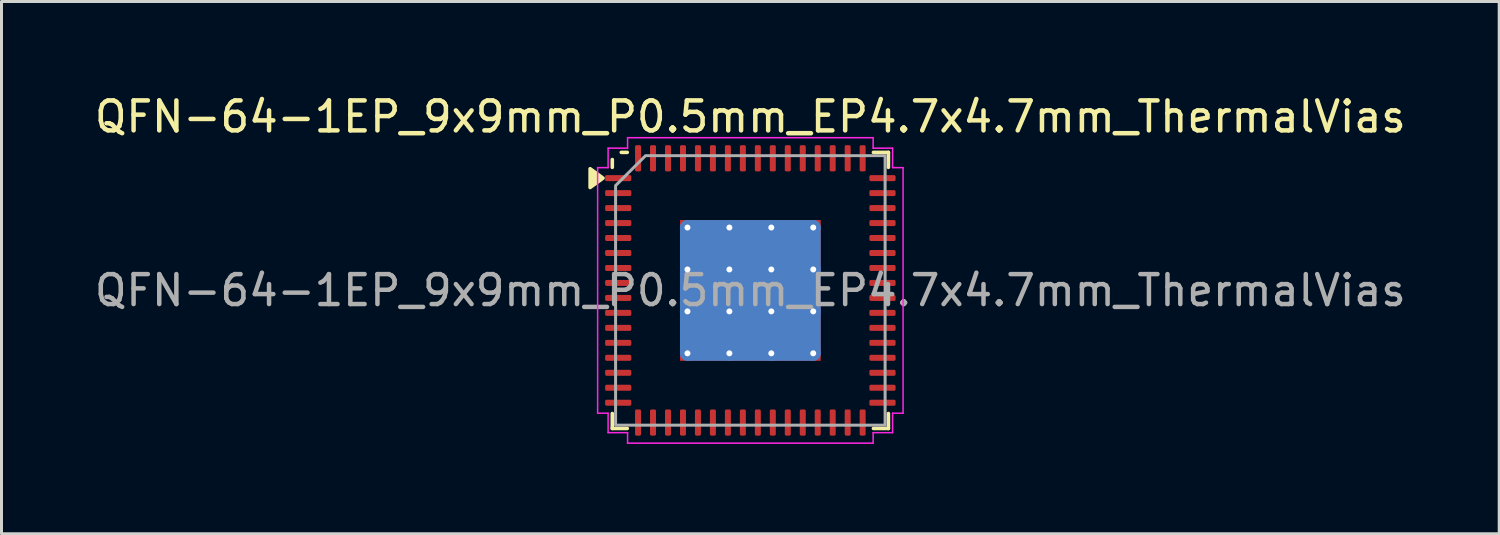
<source format=kicad_pcb>
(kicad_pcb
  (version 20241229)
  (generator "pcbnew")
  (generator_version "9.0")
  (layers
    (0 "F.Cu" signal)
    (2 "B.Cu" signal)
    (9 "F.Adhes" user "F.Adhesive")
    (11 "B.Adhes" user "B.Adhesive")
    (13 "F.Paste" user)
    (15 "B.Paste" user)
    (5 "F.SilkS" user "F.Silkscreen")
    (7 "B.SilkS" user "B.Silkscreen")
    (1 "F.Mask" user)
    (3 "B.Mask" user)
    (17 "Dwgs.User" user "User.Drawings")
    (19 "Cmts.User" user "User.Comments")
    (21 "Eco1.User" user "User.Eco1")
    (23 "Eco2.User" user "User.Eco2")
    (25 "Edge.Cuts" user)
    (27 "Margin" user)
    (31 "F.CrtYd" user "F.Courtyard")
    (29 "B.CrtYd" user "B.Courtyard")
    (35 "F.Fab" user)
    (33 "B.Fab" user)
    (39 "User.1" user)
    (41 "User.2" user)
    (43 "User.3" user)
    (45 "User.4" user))
  (footprint "QFN-64-1EP_9x9mm_P0.5mm_EP4.7x4.7mm_ThermalVias"
    (layer "F.Cu")
    (at 22.006 6.648)
    (property "Reference" "QFN-64-1EP_9x9mm_P0.5mm_EP4.7x4.7mm_ThermalVias" (at 0 -5.8 0) (layer "F.SilkS") (effects (font (size 1 1) (thickness 0.15))))
    (attr smd)
    (fp_line (start -4.61 -4.11) (end -4.61 -4.37) (stroke (width 0.12) (type solid)) (layer "F.SilkS"))
    (fp_line (start -4.61 4.61) (end -4.61 4.11) (stroke (width 0.12) (type solid)) (layer "F.SilkS"))
    (fp_line (start -4.11 -4.61) (end -4.31 -4.61) (stroke (width 0.12) (type solid)) (layer "F.SilkS"))
    (fp_line (start -4.11 4.61) (end -4.61 4.61) (stroke (width 0.12) (type solid)) (layer "F.SilkS"))
    (fp_line (start 4.11 -4.61) (end 4.61 -4.61) (stroke (width 0.12) (type solid)) (layer "F.SilkS"))
    (fp_line (start 4.11 4.61) (end 4.61 4.61) (stroke (width 0.12) (type solid)) (layer "F.SilkS"))
    (fp_line (start 4.61 -4.61) (end 4.61 -4.11) (stroke (width 0.12) (type solid)) (layer "F.SilkS"))
    (fp_line (start 4.61 4.61) (end 4.61 4.11) (stroke (width 0.12) (type solid)) (layer "F.SilkS"))
    (fp_poly (pts (xy -4.92 -3.75) (xy -5.35 -3.437) (xy -5.35 -4.063)) (stroke (width 0.12) (type solid)) (fill yes) (layer "F.SilkS"))
    (fp_line (start -5.1 -4.1) (end -4.75 -4.1) (stroke (width 0.05) (type solid)) (layer "F.CrtYd"))
    (fp_line (start -5.1 4.1) (end -5.1 -4.1) (stroke (width 0.05) (type solid)) (layer "F.CrtYd"))
    (fp_line (start -4.75 -4.75) (end -4.1 -4.75) (stroke (width 0.05) (type solid)) (layer "F.CrtYd"))
    (fp_line (start -4.75 -4.1) (end -4.75 -4.75) (stroke (width 0.05) (type solid)) (layer "F.CrtYd"))
    (fp_line (start -4.75 4.1) (end -5.1 4.1) (stroke (width 0.05) (type solid)) (layer "F.CrtYd"))
    (fp_line (start -4.75 4.75) (end -4.75 4.1) (stroke (width 0.05) (type solid)) (layer "F.CrtYd"))
    (fp_line (start -4.1 -5.1) (end 4.1 -5.1) (stroke (width 0.05) (type solid)) (layer "F.CrtYd"))
    (fp_line (start -4.1 -4.75) (end -4.1 -5.1) (stroke (width 0.05) (type solid)) (layer "F.CrtYd"))
    (fp_line (start -4.1 4.75) (end -4.75 4.75) (stroke (width 0.05) (type solid)) (layer "F.CrtYd"))
    (fp_line (start -4.1 5.1) (end -4.1 4.75) (stroke (width 0.05) (type solid)) (layer "F.CrtYd"))
    (fp_line (start 4.1 -5.1) (end 4.1 -4.75) (stroke (width 0.05) (type solid)) (layer "F.CrtYd"))
    (fp_line (start 4.1 -4.75) (end 4.75 -4.75) (stroke (width 0.05) (type solid)) (layer "F.CrtYd"))
    (fp_line (start 4.1 4.75) (end 4.1 5.1) (stroke (width 0.05) (type solid)) (layer "F.CrtYd"))
    (fp_line (start 4.1 5.1) (end -4.1 5.1) (stroke (width 0.05) (type solid)) (layer "F.CrtYd"))
    (fp_line (start 4.75 -4.75) (end 4.75 -4.1) (stroke (width 0.05) (type solid)) (layer "F.CrtYd"))
    (fp_line (start 4.75 -4.1) (end 5.1 -4.1) (stroke (width 0.05) (type solid)) (layer "F.CrtYd"))
    (fp_line (start 4.75 4.1) (end 4.75 4.75) (stroke (width 0.05) (type solid)) (layer "F.CrtYd"))
    (fp_line (start 4.75 4.75) (end 4.1 4.75) (stroke (width 0.05) (type solid)) (layer "F.CrtYd"))
    (fp_line (start 5.1 -4.1) (end 5.1 4.1) (stroke (width 0.05) (type solid)) (layer "F.CrtYd"))
    (fp_line (start 5.1 4.1) (end 4.75 4.1) (stroke (width 0.05) (type solid)) (layer "F.CrtYd"))
    (fp_poly (pts (xy -4.5 -3.5) (xy -4.5 4.5) (xy 4.5 4.5) (xy 4.5 -4.5) (xy -3.5 -4.5)) (stroke (width 0.1) (type solid)) (fill no) (layer "F.Fab"))
    (fp_text user "${REFERENCE}" (at 0 0 0) (layer "F.Fab") (effects (font (size 1 1) (thickness 0.15))))
    (pad "" smd roundrect (at -1.57 -1.57) (size 1.26 1.26) (layers "F.Paste") (roundrect_rratio 0.198))
    (pad "" smd roundrect (at -1.57 0) (size 1.26 1.26) (layers "F.Paste") (roundrect_rratio 0.198))
    (pad "" smd roundrect (at -1.57 1.57) (size 1.26 1.26) (layers "F.Paste") (roundrect_rratio 0.198))
    (pad "" smd roundrect (at 0 -1.57) (size 1.26 1.26) (layers "F.Paste") (roundrect_rratio 0.198))
    (pad "" smd roundrect (at 0 0) (size 1.26 1.26) (layers "F.Paste") (roundrect_rratio 0.198))
    (pad "" smd roundrect (at 0 1.57) (size 1.26 1.26) (layers "F.Paste") (roundrect_rratio 0.198))
    (pad "" smd roundrect (at 1.57 -1.57) (size 1.26 1.26) (layers "F.Paste") (roundrect_rratio 0.198))
    (pad "" smd roundrect (at 1.57 0) (size 1.26 1.26) (layers "F.Paste") (roundrect_rratio 0.198))
    (pad "" smd roundrect (at 1.57 1.57) (size 1.26 1.26) (layers "F.Paste") (roundrect_rratio 0.198))
    (pad "1" smd roundrect (at -4.412 -3.75) (size 0.875 0.2) (layers "F.Cu" "F.Mask" "F.Paste") (roundrect_rratio 0.25))
    (pad "2" smd roundrect (at -4.412 -3.25) (size 0.875 0.2) (layers "F.Cu" "F.Mask" "F.Paste") (roundrect_rratio 0.25))
    (pad "3" smd roundrect (at -4.412 -2.75) (size 0.875 0.2) (layers "F.Cu" "F.Mask" "F.Paste") (roundrect_rratio 0.25))
    (pad "4" smd roundrect (at -4.412 -2.25) (size 0.875 0.2) (layers "F.Cu" "F.Mask" "F.Paste") (roundrect_rratio 0.25))
    (pad "5" smd roundrect (at -4.412 -1.75) (size 0.875 0.2) (layers "F.Cu" "F.Mask" "F.Paste") (roundrect_rratio 0.25))
    (pad "6" smd roundrect (at -4.412 -1.25) (size 0.875 0.2) (layers "F.Cu" "F.Mask" "F.Paste") (roundrect_rratio 0.25))
    (pad "7" smd roundrect (at -4.412 -0.75) (size 0.875 0.2) (layers "F.Cu" "F.Mask" "F.Paste") (roundrect_rratio 0.25))
    (pad "8" smd roundrect (at -4.412 -0.25) (size 0.875 0.2) (layers "F.Cu" "F.Mask" "F.Paste") (roundrect_rratio 0.25))
    (pad "9" smd roundrect (at -4.412 0.25) (size 0.875 0.2) (layers "F.Cu" "F.Mask" "F.Paste") (roundrect_rratio 0.25))
    (pad "10" smd roundrect (at -4.412 0.75) (size 0.875 0.2) (layers "F.Cu" "F.Mask" "F.Paste") (roundrect_rratio 0.25))
    (pad "11" smd roundrect (at -4.412 1.25) (size 0.875 0.2) (layers "F.Cu" "F.Mask" "F.Paste") (roundrect_rratio 0.25))
    (pad "12" smd roundrect (at -4.412 1.75) (size 0.875 0.2) (layers "F.Cu" "F.Mask" "F.Paste") (roundrect_rratio 0.25))
    (pad "13" smd roundrect (at -4.412 2.25) (size 0.875 0.2) (layers "F.Cu" "F.Mask" "F.Paste") (roundrect_rratio 0.25))
    (pad "14" smd roundrect (at -4.412 2.75) (size 0.875 0.2) (layers "F.Cu" "F.Mask" "F.Paste") (roundrect_rratio 0.25))
    (pad "15" smd roundrect (at -4.412 3.25) (size 0.875 0.2) (layers "F.Cu" "F.Mask" "F.Paste") (roundrect_rratio 0.25))
    (pad "16" smd roundrect (at -4.412 3.75) (size 0.875 0.2) (layers "F.Cu" "F.Mask" "F.Paste") (roundrect_rratio 0.25))
    (pad "17" smd roundrect (at -3.75 4.412) (size 0.2 0.875) (layers "F.Cu" "F.Mask" "F.Paste") (roundrect_rratio 0.25))
    (pad "18" smd roundrect (at -3.25 4.412) (size 0.2 0.875) (layers "F.Cu" "F.Mask" "F.Paste") (roundrect_rratio 0.25))
    (pad "19" smd roundrect (at -2.75 4.412) (size 0.2 0.875) (layers "F.Cu" "F.Mask" "F.Paste") (roundrect_rratio 0.25))
    (pad "20" smd roundrect (at -2.25 4.412) (size 0.2 0.875) (layers "F.Cu" "F.Mask" "F.Paste") (roundrect_rratio 0.25))
    (pad "21" smd roundrect (at -1.75 4.412) (size 0.2 0.875) (layers "F.Cu" "F.Mask" "F.Paste") (roundrect_rratio 0.25))
    (pad "22" smd roundrect (at -1.25 4.412) (size 0.2 0.875) (layers "F.Cu" "F.Mask" "F.Paste") (roundrect_rratio 0.25))
    (pad "23" smd roundrect (at -0.75 4.412) (size 0.2 0.875) (layers "F.Cu" "F.Mask" "F.Paste") (roundrect_rratio 0.25))
    (pad "24" smd roundrect (at -0.25 4.412) (size 0.2 0.875) (layers "F.Cu" "F.Mask" "F.Paste") (roundrect_rratio 0.25))
    (pad "25" smd roundrect (at 0.25 4.412) (size 0.2 0.875) (layers "F.Cu" "F.Mask" "F.Paste") (roundrect_rratio 0.25))
    (pad "26" smd roundrect (at 0.75 4.412) (size 0.2 0.875) (layers "F.Cu" "F.Mask" "F.Paste") (roundrect_rratio 0.25))
    (pad "27" smd roundrect (at 1.25 4.412) (size 0.2 0.875) (layers "F.Cu" "F.Mask" "F.Paste") (roundrect_rratio 0.25))
    (pad "28" smd roundrect (at 1.75 4.412) (size 0.2 0.875) (layers "F.Cu" "F.Mask" "F.Paste") (roundrect_rratio 0.25))
    (pad "29" smd roundrect (at 2.25 4.412) (size 0.2 0.875) (layers "F.Cu" "F.Mask" "F.Paste") (roundrect_rratio 0.25))
    (pad "30" smd roundrect (at 2.75 4.412) (size 0.2 0.875) (layers "F.Cu" "F.Mask" "F.Paste") (roundrect_rratio 0.25))
    (pad "31" smd roundrect (at 3.25 4.412) (size 0.2 0.875) (layers "F.Cu" "F.Mask" "F.Paste") (roundrect_rratio 0.25))
    (pad "32" smd roundrect (at 3.75 4.412) (size 0.2 0.875) (layers "F.Cu" "F.Mask" "F.Paste") (roundrect_rratio 0.25))
    (pad "33" smd roundrect (at 4.412 3.75) (size 0.875 0.2) (layers "F.Cu" "F.Mask" "F.Paste") (roundrect_rratio 0.25))
    (pad "34" smd roundrect (at 4.412 3.25) (size 0.875 0.2) (layers "F.Cu" "F.Mask" "F.Paste") (roundrect_rratio 0.25))
    (pad "35" smd roundrect (at 4.412 2.75) (size 0.875 0.2) (layers "F.Cu" "F.Mask" "F.Paste") (roundrect_rratio 0.25))
    (pad "36" smd roundrect (at 4.412 2.25) (size 0.875 0.2) (layers "F.Cu" "F.Mask" "F.Paste") (roundrect_rratio 0.25))
    (pad "37" smd roundrect (at 4.412 1.75) (size 0.875 0.2) (layers "F.Cu" "F.Mask" "F.Paste") (roundrect_rratio 0.25))
    (pad "38" smd roundrect (at 4.412 1.25) (size 0.875 0.2) (layers "F.Cu" "F.Mask" "F.Paste") (roundrect_rratio 0.25))
    (pad "39" smd roundrect (at 4.412 0.75) (size 0.875 0.2) (layers "F.Cu" "F.Mask" "F.Paste") (roundrect_rratio 0.25))
    (pad "40" smd roundrect (at 4.412 0.25) (size 0.875 0.2) (layers "F.Cu" "F.Mask" "F.Paste") (roundrect_rratio 0.25))
    (pad "41" smd roundrect (at 4.412 -0.25) (size 0.875 0.2) (layers "F.Cu" "F.Mask" "F.Paste") (roundrect_rratio 0.25))
    (pad "42" smd roundrect (at 4.412 -0.75) (size 0.875 0.2) (layers "F.Cu" "F.Mask" "F.Paste") (roundrect_rratio 0.25))
    (pad "43" smd roundrect (at 4.412 -1.25) (size 0.875 0.2) (layers "F.Cu" "F.Mask" "F.Paste") (roundrect_rratio 0.25))
    (pad "44" smd roundrect (at 4.412 -1.75) (size 0.875 0.2) (layers "F.Cu" "F.Mask" "F.Paste") (roundrect_rratio 0.25))
    (pad "45" smd roundrect (at 4.412 -2.25) (size 0.875 0.2) (layers "F.Cu" "F.Mask" "F.Paste") (roundrect_rratio 0.25))
    (pad "46" smd roundrect (at 4.412 -2.75) (size 0.875 0.2) (layers "F.Cu" "F.Mask" "F.Paste") (roundrect_rratio 0.25))
    (pad "47" smd roundrect (at 4.412 -3.25) (size 0.875 0.2) (layers "F.Cu" "F.Mask" "F.Paste") (roundrect_rratio 0.25))
    (pad "48" smd roundrect (at 4.412 -3.75) (size 0.875 0.2) (layers "F.Cu" "F.Mask" "F.Paste") (roundrect_rratio 0.25))
    (pad "49" smd roundrect (at 3.75 -4.412) (size 0.2 0.875) (layers "F.Cu" "F.Mask" "F.Paste") (roundrect_rratio 0.25))
    (pad "50" smd roundrect (at 3.25 -4.412) (size 0.2 0.875) (layers "F.Cu" "F.Mask" "F.Paste") (roundrect_rratio 0.25))
    (pad "51" smd roundrect (at 2.75 -4.412) (size 0.2 0.875) (layers "F.Cu" "F.Mask" "F.Paste") (roundrect_rratio 0.25))
    (pad "52" smd roundrect (at 2.25 -4.412) (size 0.2 0.875) (layers "F.Cu" "F.Mask" "F.Paste") (roundrect_rratio 0.25))
    (pad "53" smd roundrect (at 1.75 -4.412) (size 0.2 0.875) (layers "F.Cu" "F.Mask" "F.Paste") (roundrect_rratio 0.25))
    (pad "54" smd roundrect (at 1.25 -4.412) (size 0.2 0.875) (layers "F.Cu" "F.Mask" "F.Paste") (roundrect_rratio 0.25))
    (pad "55" smd roundrect (at 0.75 -4.412) (size 0.2 0.875) (layers "F.Cu" "F.Mask" "F.Paste") (roundrect_rratio 0.25))
    (pad "56" smd roundrect (at 0.25 -4.412) (size 0.2 0.875) (layers "F.Cu" "F.Mask" "F.Paste") (roundrect_rratio 0.25))
    (pad "57" smd roundrect (at -0.25 -4.412) (size 0.2 0.875) (layers "F.Cu" "F.Mask" "F.Paste") (roundrect_rratio 0.25))
    (pad "58" smd roundrect (at -0.75 -4.412) (size 0.2 0.875) (layers "F.Cu" "F.Mask" "F.Paste") (roundrect_rratio 0.25))
    (pad "59" smd roundrect (at -1.25 -4.412) (size 0.2 0.875) (layers "F.Cu" "F.Mask" "F.Paste") (roundrect_rratio 0.25))
    (pad "60" smd roundrect (at -1.75 -4.412) (size 0.2 0.875) (layers "F.Cu" "F.Mask" "F.Paste") (roundrect_rratio 0.25))
    (pad "61" smd roundrect (at -2.25 -4.412) (size 0.2 0.875) (layers "F.Cu" "F.Mask" "F.Paste") (roundrect_rratio 0.25))
    (pad "62" smd roundrect (at -2.75 -4.412) (size 0.2 0.875) (layers "F.Cu" "F.Mask" "F.Paste") (roundrect_rratio 0.25))
    (pad "63" smd roundrect (at -3.25 -4.412) (size 0.2 0.875) (layers "F.Cu" "F.Mask" "F.Paste") (roundrect_rratio 0.25))
    (pad "64" smd roundrect (at -3.75 -4.412) (size 0.2 0.875) (layers "F.Cu" "F.Mask" "F.Paste") (roundrect_rratio 0.25))
    (pad "65" thru_hole circle (at -2.1 -2.1) (size 0.5 0.5) (drill 0.2) (property pad_prop_heatsink) (layers "*.Cu"))
    (pad "65" thru_hole circle (at -2.1 -0.7) (size 0.5 0.5) (drill 0.2) (property pad_prop_heatsink) (layers "*.Cu"))
    (pad "65" thru_hole circle (at -2.1 0.7) (size 0.5 0.5) (drill 0.2) (property pad_prop_heatsink) (layers "*.Cu"))
    (pad "65" thru_hole circle (at -2.1 2.1) (size 0.5 0.5) (drill 0.2) (property pad_prop_heatsink) (layers "*.Cu"))
    (pad "65" thru_hole circle (at -0.7 -2.1) (size 0.5 0.5) (drill 0.2) (property pad_prop_heatsink) (layers "*.Cu"))
    (pad "65" thru_hole circle (at -0.7 -0.7) (size 0.5 0.5) (drill 0.2) (property pad_prop_heatsink) (layers "*.Cu"))
    (pad "65" thru_hole circle (at -0.7 0.7) (size 0.5 0.5) (drill 0.2) (property pad_prop_heatsink) (layers "*.Cu"))
    (pad "65" thru_hole circle (at -0.7 2.1) (size 0.5 0.5) (drill 0.2) (property pad_prop_heatsink) (layers "*.Cu"))
    (pad "65" smd rect (at 0 0) (size 4.7 4.7) (property pad_prop_heatsink) (layers "F.Cu" "F.Mask"))
    (pad "65" smd roundrect (at 0 0) (size 4.7 4.7) (property pad_prop_heatsink) (layers "B.Cu") (roundrect_rratio 0.053))
    (pad "65" thru_hole circle (at 0.7 -2.1) (size 0.5 0.5) (drill 0.2) (property pad_prop_heatsink) (layers "*.Cu"))
    (pad "65" thru_hole circle (at 0.7 -0.7) (size 0.5 0.5) (drill 0.2) (property pad_prop_heatsink) (layers "*.Cu"))
    (pad "65" thru_hole circle (at 0.7 0.7) (size 0.5 0.5) (drill 0.2) (property pad_prop_heatsink) (layers "*.Cu"))
    (pad "65" thru_hole circle (at 0.7 2.1) (size 0.5 0.5) (drill 0.2) (property pad_prop_heatsink) (layers "*.Cu"))
    (pad "65" thru_hole circle (at 2.1 -2.1) (size 0.5 0.5) (drill 0.2) (property pad_prop_heatsink) (layers "*.Cu"))
    (pad "65" thru_hole circle (at 2.1 -0.7) (size 0.5 0.5) (drill 0.2) (property pad_prop_heatsink) (layers "*.Cu"))
    (pad "65" thru_hole circle (at 2.1 0.7) (size 0.5 0.5) (drill 0.2) (property pad_prop_heatsink) (layers "*.Cu"))
    (pad "65" thru_hole circle (at 2.1 2.1) (size 0.5 0.5) (drill 0.2) (property pad_prop_heatsink) (layers "*.Cu")))
  (gr_rect
    (start -3 -3)
    (end 47.012 14.773)
    (stroke (width 0.1) (type default))
    (fill no)
    (layer "Edge.Cuts")))
</source>
